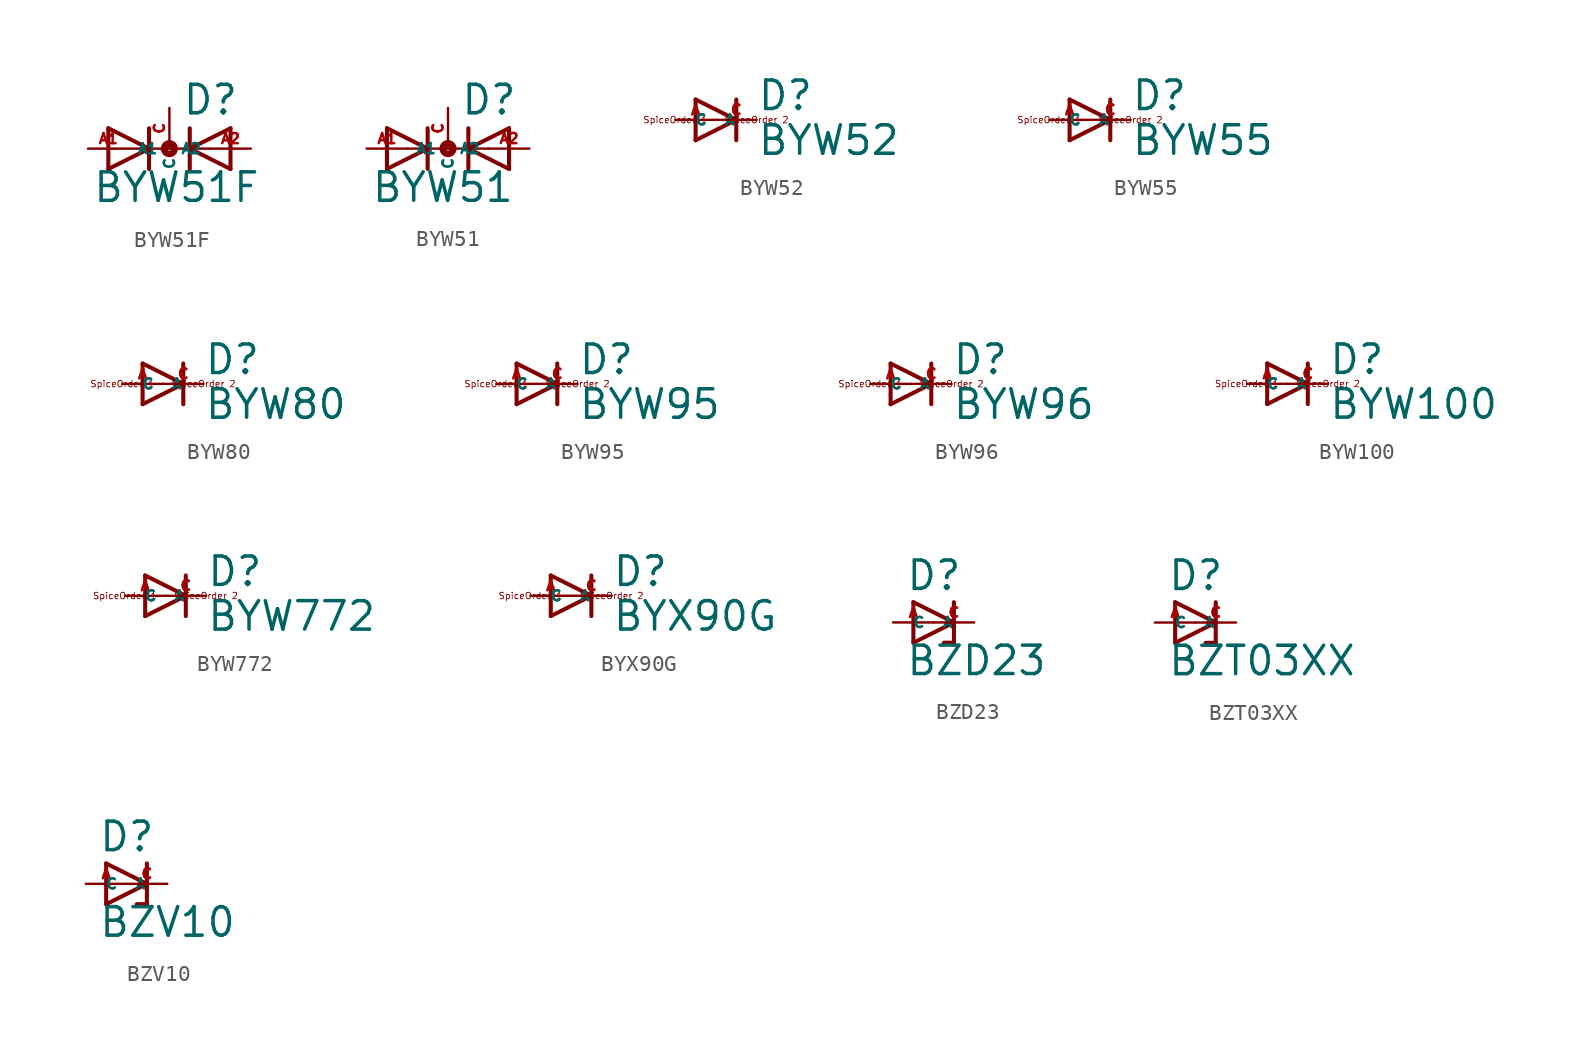
<source format=kicad_sym>
(kicad_symbol_lib
  (version 20220914)
  (generator Eagle2Kicad)
  (symbol "BYW51F"
    (property "Reference" "D"
      (at 0.762 2.007 0)
      (effects (font (size 1.778 1.778) (thickness 0.22)) (justify left bottom)))
    (property "Value" "BYW51F"
      (at -4.826 -3.454 0)
      (effects (font (size 1.778 1.778) (thickness 0.22)) (justify left bottom)))
    (polyline
      (pts (xy -3.81 -1.27) (xy -1.27 0))
      (stroke (width 0.254) (type default))
      (fill (type none)))
    (polyline
      (pts (xy -1.27 0) (xy -3.81 1.27))
      (stroke (width 0.254) (type default))
      (fill (type none)))
    (polyline
      (pts (xy -1.27 1.27) (xy -1.27 0))
      (stroke (width 0.254) (type default))
      (fill (type none)))
    (polyline
      (pts (xy -2.54 0) (xy -1.27 0))
      (stroke (width 0.152) (type default))
      (fill (type none)))
    (polyline
      (pts (xy -3.81 1.27) (xy -3.81 -1.27))
      (stroke (width 0.254) (type default))
      (fill (type none)))
    (polyline
      (pts (xy -1.27 0) (xy -1.27 -1.27))
      (stroke (width 0.254) (type default))
      (fill (type none)))
    (polyline
      (pts (xy 3.81 1.27) (xy 1.27 0))
      (stroke (width 0.254) (type default))
      (fill (type none)))
    (polyline
      (pts (xy 1.27 0) (xy 3.81 -1.27))
      (stroke (width 0.254) (type default))
      (fill (type none)))
    (polyline
      (pts (xy 1.27 -1.27) (xy 1.27 0))
      (stroke (width 0.254) (type default))
      (fill (type none)))
    (polyline
      (pts (xy -1.27 0) (xy 1.27 0))
      (stroke (width 0.152) (type default))
      (fill (type none)))
    (polyline
      (pts (xy 2.54 0) (xy 1.27 0))
      (stroke (width 0.152) (type default))
      (fill (type none)))
    (polyline
      (pts (xy 3.81 -1.27) (xy 3.81 1.27))
      (stroke (width 0.254) (type default))
      (fill (type none)))
    (polyline
      (pts (xy 1.27 0) (xy 1.27 1.27))
      (stroke (width 0.254) (type default))
      (fill (type none)))
    (circle
      (center 0 0)
      (radius 0.127)
      (stroke (width 0.406) (type default))
      (fill (type none)))
    (pin passive line
      (at -5.08 0 0)
      (length 2.54)
      (name "A1" (effects (font (size 0.635 0.635) (thickness 0.08)) (justify left bottom)))
      (number "A1" (effects (font (size 0.635 0.635) (thickness 0.08)) (justify left bottom))))
    (pin passive line
      (at 5.08 0 180)
      (length 2.54)
      (name "A2" (effects (font (size 0.635 0.635) (thickness 0.08)) (justify left bottom)))
      (number "A2" (effects (font (size 0.635 0.635) (thickness 0.08)) (justify left bottom))))
    (pin passive line
      (at 0 2.54 270)
      (length 2.54)
      (name "C" (effects (font (size 0.635 0.635) (thickness 0.08)) (justify left bottom)))
      (number "C" (effects (font (size 0.635 0.635) (thickness 0.08)) (justify left bottom)))))
  (symbol "BYW51"
    (property "Reference" "D"
      (at 0.762 2.007 0)
      (effects (font (size 1.778 1.778) (thickness 0.22)) (justify left bottom)))
    (property "Value" "BYW51"
      (at -4.826 -3.454 0)
      (effects (font (size 1.778 1.778) (thickness 0.22)) (justify left bottom)))
    (polyline
      (pts (xy -3.81 -1.27) (xy -1.27 0))
      (stroke (width 0.254) (type default))
      (fill (type none)))
    (polyline
      (pts (xy -1.27 0) (xy -3.81 1.27))
      (stroke (width 0.254) (type default))
      (fill (type none)))
    (polyline
      (pts (xy -1.27 1.27) (xy -1.27 0))
      (stroke (width 0.254) (type default))
      (fill (type none)))
    (polyline
      (pts (xy -2.54 0) (xy -1.27 0))
      (stroke (width 0.152) (type default))
      (fill (type none)))
    (polyline
      (pts (xy -3.81 1.27) (xy -3.81 -1.27))
      (stroke (width 0.254) (type default))
      (fill (type none)))
    (polyline
      (pts (xy -1.27 0) (xy -1.27 -1.27))
      (stroke (width 0.254) (type default))
      (fill (type none)))
    (polyline
      (pts (xy 3.81 1.27) (xy 1.27 0))
      (stroke (width 0.254) (type default))
      (fill (type none)))
    (polyline
      (pts (xy 1.27 0) (xy 3.81 -1.27))
      (stroke (width 0.254) (type default))
      (fill (type none)))
    (polyline
      (pts (xy 1.27 -1.27) (xy 1.27 0))
      (stroke (width 0.254) (type default))
      (fill (type none)))
    (polyline
      (pts (xy -1.27 0) (xy 1.27 0))
      (stroke (width 0.152) (type default))
      (fill (type none)))
    (polyline
      (pts (xy 2.54 0) (xy 1.27 0))
      (stroke (width 0.152) (type default))
      (fill (type none)))
    (polyline
      (pts (xy 3.81 -1.27) (xy 3.81 1.27))
      (stroke (width 0.254) (type default))
      (fill (type none)))
    (polyline
      (pts (xy 1.27 0) (xy 1.27 1.27))
      (stroke (width 0.254) (type default))
      (fill (type none)))
    (circle
      (center 0 0)
      (radius 0.127)
      (stroke (width 0.406) (type default))
      (fill (type none)))
    (pin passive line
      (at -5.08 0 0)
      (length 2.54)
      (name "A1" (effects (font (size 0.635 0.635) (thickness 0.08)) (justify left bottom)))
      (number "A1" (effects (font (size 0.635 0.635) (thickness 0.08)) (justify left bottom))))
    (pin passive line
      (at 5.08 0 180)
      (length 2.54)
      (name "A2" (effects (font (size 0.635 0.635) (thickness 0.08)) (justify left bottom)))
      (number "A2" (effects (font (size 0.635 0.635) (thickness 0.08)) (justify left bottom))))
    (pin passive line
      (at 0 2.54 270)
      (length 2.54)
      (name "C" (effects (font (size 0.635 0.635) (thickness 0.08)) (justify left bottom)))
      (number "C" (effects (font (size 0.635 0.635) (thickness 0.08)) (justify left bottom)))))
  (symbol "BYW52"
    (property "Reference" "D"
      (at 2.54 0.483 0)
      (effects (font (size 1.778 1.778) (thickness 0.22)) (justify left bottom)))
    (property "Value" "BYW52"
      (at 2.54 -2.311 0)
      (effects (font (size 1.778 1.778) (thickness 0.22)) (justify left bottom)))
    (polyline
      (pts (xy -1.27 -1.27) (xy 1.27 0))
      (stroke (width 0.254) (type default))
      (fill (type none)))
    (polyline
      (pts (xy 1.27 0) (xy -1.27 1.27))
      (stroke (width 0.254) (type default))
      (fill (type none)))
    (polyline
      (pts (xy 1.27 1.27) (xy 1.27 0))
      (stroke (width 0.254) (type default))
      (fill (type none)))
    (polyline
      (pts (xy -1.27 1.27) (xy -1.27 -1.27))
      (stroke (width 0.254) (type default))
      (fill (type none)))
    (polyline
      (pts (xy 1.27 0) (xy 1.27 -1.27))
      (stroke (width 0.254) (type default))
      (fill (type none)))
    (text "SpiceOrder 1"
      (at -2.54 0 0)
      (effects (font (size 0.406 0.406) (thickness 0.05))))
    (text "SpiceOrder 2"
      (at 2.54 0 0)
      (effects (font (size 0.406 0.406) (thickness 0.05))))
    (pin passive line
      (at -2.54 0 0)
      (length 2.54)
      (name "A" (effects (font (size 0.635 0.635) (thickness 0.08)) (justify left bottom)))
      (number "A" (effects (font (size 0.635 0.635) (thickness 0.08)) (justify left bottom))))
    (pin passive line
      (at 2.54 0 180)
      (length 2.54)
      (name "C" (effects (font (size 0.635 0.635) (thickness 0.08)) (justify left bottom)))
      (number "C" (effects (font (size 0.635 0.635) (thickness 0.08)) (justify left bottom)))))
  (symbol "BYW55"
    (property "Reference" "D"
      (at 2.54 0.483 0)
      (effects (font (size 1.778 1.778) (thickness 0.22)) (justify left bottom)))
    (property "Value" "BYW55"
      (at 2.54 -2.311 0)
      (effects (font (size 1.778 1.778) (thickness 0.22)) (justify left bottom)))
    (polyline
      (pts (xy -1.27 -1.27) (xy 1.27 0))
      (stroke (width 0.254) (type default))
      (fill (type none)))
    (polyline
      (pts (xy 1.27 0) (xy -1.27 1.27))
      (stroke (width 0.254) (type default))
      (fill (type none)))
    (polyline
      (pts (xy 1.27 1.27) (xy 1.27 0))
      (stroke (width 0.254) (type default))
      (fill (type none)))
    (polyline
      (pts (xy -1.27 1.27) (xy -1.27 -1.27))
      (stroke (width 0.254) (type default))
      (fill (type none)))
    (polyline
      (pts (xy 1.27 0) (xy 1.27 -1.27))
      (stroke (width 0.254) (type default))
      (fill (type none)))
    (text "SpiceOrder 1"
      (at -2.54 0 0)
      (effects (font (size 0.406 0.406) (thickness 0.05))))
    (text "SpiceOrder 2"
      (at 2.54 0 0)
      (effects (font (size 0.406 0.406) (thickness 0.05))))
    (pin passive line
      (at -2.54 0 0)
      (length 2.54)
      (name "A" (effects (font (size 0.635 0.635) (thickness 0.08)) (justify left bottom)))
      (number "A" (effects (font (size 0.635 0.635) (thickness 0.08)) (justify left bottom))))
    (pin passive line
      (at 2.54 0 180)
      (length 2.54)
      (name "C" (effects (font (size 0.635 0.635) (thickness 0.08)) (justify left bottom)))
      (number "C" (effects (font (size 0.635 0.635) (thickness 0.08)) (justify left bottom)))))
  (symbol "BYW80"
    (property "Reference" "D"
      (at 2.54 0.483 0)
      (effects (font (size 1.778 1.778) (thickness 0.22)) (justify left bottom)))
    (property "Value" "BYW80"
      (at 2.54 -2.311 0)
      (effects (font (size 1.778 1.778) (thickness 0.22)) (justify left bottom)))
    (polyline
      (pts (xy -1.27 -1.27) (xy 1.27 0))
      (stroke (width 0.254) (type default))
      (fill (type none)))
    (polyline
      (pts (xy 1.27 0) (xy -1.27 1.27))
      (stroke (width 0.254) (type default))
      (fill (type none)))
    (polyline
      (pts (xy 1.27 1.27) (xy 1.27 0))
      (stroke (width 0.254) (type default))
      (fill (type none)))
    (polyline
      (pts (xy -1.27 1.27) (xy -1.27 -1.27))
      (stroke (width 0.254) (type default))
      (fill (type none)))
    (polyline
      (pts (xy 1.27 0) (xy 1.27 -1.27))
      (stroke (width 0.254) (type default))
      (fill (type none)))
    (text "SpiceOrder 1"
      (at -2.54 0 0)
      (effects (font (size 0.406 0.406) (thickness 0.05))))
    (text "SpiceOrder 2"
      (at 2.54 0 0)
      (effects (font (size 0.406 0.406) (thickness 0.05))))
    (pin passive line
      (at -2.54 0 0)
      (length 2.54)
      (name "A" (effects (font (size 0.635 0.635) (thickness 0.08)) (justify left bottom)))
      (number "A" (effects (font (size 0.635 0.635) (thickness 0.08)) (justify left bottom))))
    (pin passive line
      (at 2.54 0 180)
      (length 2.54)
      (name "C" (effects (font (size 0.635 0.635) (thickness 0.08)) (justify left bottom)))
      (number "C" (effects (font (size 0.635 0.635) (thickness 0.08)) (justify left bottom)))))
  (symbol "BYW95"
    (property "Reference" "D"
      (at 2.54 0.483 0)
      (effects (font (size 1.778 1.778) (thickness 0.22)) (justify left bottom)))
    (property "Value" "BYW95"
      (at 2.54 -2.311 0)
      (effects (font (size 1.778 1.778) (thickness 0.22)) (justify left bottom)))
    (polyline
      (pts (xy -1.27 -1.27) (xy 1.27 0))
      (stroke (width 0.254) (type default))
      (fill (type none)))
    (polyline
      (pts (xy 1.27 0) (xy -1.27 1.27))
      (stroke (width 0.254) (type default))
      (fill (type none)))
    (polyline
      (pts (xy 1.27 1.27) (xy 1.27 0))
      (stroke (width 0.254) (type default))
      (fill (type none)))
    (polyline
      (pts (xy -1.27 1.27) (xy -1.27 -1.27))
      (stroke (width 0.254) (type default))
      (fill (type none)))
    (polyline
      (pts (xy 1.27 0) (xy 1.27 -1.27))
      (stroke (width 0.254) (type default))
      (fill (type none)))
    (text "SpiceOrder 1"
      (at -2.54 0 0)
      (effects (font (size 0.406 0.406) (thickness 0.05))))
    (text "SpiceOrder 2"
      (at 2.54 0 0)
      (effects (font (size 0.406 0.406) (thickness 0.05))))
    (pin passive line
      (at -2.54 0 0)
      (length 2.54)
      (name "A" (effects (font (size 0.635 0.635) (thickness 0.08)) (justify left bottom)))
      (number "A" (effects (font (size 0.635 0.635) (thickness 0.08)) (justify left bottom))))
    (pin passive line
      (at 2.54 0 180)
      (length 2.54)
      (name "C" (effects (font (size 0.635 0.635) (thickness 0.08)) (justify left bottom)))
      (number "C" (effects (font (size 0.635 0.635) (thickness 0.08)) (justify left bottom)))))
  (symbol "BYW96"
    (property "Reference" "D"
      (at 2.54 0.483 0)
      (effects (font (size 1.778 1.778) (thickness 0.22)) (justify left bottom)))
    (property "Value" "BYW96"
      (at 2.54 -2.311 0)
      (effects (font (size 1.778 1.778) (thickness 0.22)) (justify left bottom)))
    (polyline
      (pts (xy -1.27 -1.27) (xy 1.27 0))
      (stroke (width 0.254) (type default))
      (fill (type none)))
    (polyline
      (pts (xy 1.27 0) (xy -1.27 1.27))
      (stroke (width 0.254) (type default))
      (fill (type none)))
    (polyline
      (pts (xy 1.27 1.27) (xy 1.27 0))
      (stroke (width 0.254) (type default))
      (fill (type none)))
    (polyline
      (pts (xy -1.27 1.27) (xy -1.27 -1.27))
      (stroke (width 0.254) (type default))
      (fill (type none)))
    (polyline
      (pts (xy 1.27 0) (xy 1.27 -1.27))
      (stroke (width 0.254) (type default))
      (fill (type none)))
    (text "SpiceOrder 1"
      (at -2.54 0 0)
      (effects (font (size 0.406 0.406) (thickness 0.05))))
    (text "SpiceOrder 2"
      (at 2.54 0 0)
      (effects (font (size 0.406 0.406) (thickness 0.05))))
    (pin passive line
      (at -2.54 0 0)
      (length 2.54)
      (name "A" (effects (font (size 0.635 0.635) (thickness 0.08)) (justify left bottom)))
      (number "A" (effects (font (size 0.635 0.635) (thickness 0.08)) (justify left bottom))))
    (pin passive line
      (at 2.54 0 180)
      (length 2.54)
      (name "C" (effects (font (size 0.635 0.635) (thickness 0.08)) (justify left bottom)))
      (number "C" (effects (font (size 0.635 0.635) (thickness 0.08)) (justify left bottom)))))
  (symbol "BYW100"
    (property "Reference" "D"
      (at 2.54 0.483 0)
      (effects (font (size 1.778 1.778) (thickness 0.22)) (justify left bottom)))
    (property "Value" "BYW100"
      (at 2.54 -2.311 0)
      (effects (font (size 1.778 1.778) (thickness 0.22)) (justify left bottom)))
    (polyline
      (pts (xy -1.27 -1.27) (xy 1.27 0))
      (stroke (width 0.254) (type default))
      (fill (type none)))
    (polyline
      (pts (xy 1.27 0) (xy -1.27 1.27))
      (stroke (width 0.254) (type default))
      (fill (type none)))
    (polyline
      (pts (xy 1.27 1.27) (xy 1.27 0))
      (stroke (width 0.254) (type default))
      (fill (type none)))
    (polyline
      (pts (xy -1.27 1.27) (xy -1.27 -1.27))
      (stroke (width 0.254) (type default))
      (fill (type none)))
    (polyline
      (pts (xy 1.27 0) (xy 1.27 -1.27))
      (stroke (width 0.254) (type default))
      (fill (type none)))
    (text "SpiceOrder 1"
      (at -2.54 0 0)
      (effects (font (size 0.406 0.406) (thickness 0.05))))
    (text "SpiceOrder 2"
      (at 2.54 0 0)
      (effects (font (size 0.406 0.406) (thickness 0.05))))
    (pin passive line
      (at -2.54 0 0)
      (length 2.54)
      (name "A" (effects (font (size 0.635 0.635) (thickness 0.08)) (justify left bottom)))
      (number "A" (effects (font (size 0.635 0.635) (thickness 0.08)) (justify left bottom))))
    (pin passive line
      (at 2.54 0 180)
      (length 2.54)
      (name "C" (effects (font (size 0.635 0.635) (thickness 0.08)) (justify left bottom)))
      (number "C" (effects (font (size 0.635 0.635) (thickness 0.08)) (justify left bottom)))))
  (symbol "BYW772"
    (property "Reference" "D"
      (at 2.54 0.483 0)
      (effects (font (size 1.778 1.778) (thickness 0.22)) (justify left bottom)))
    (property "Value" "BYW772"
      (at 2.54 -2.311 0)
      (effects (font (size 1.778 1.778) (thickness 0.22)) (justify left bottom)))
    (polyline
      (pts (xy -1.27 -1.27) (xy 1.27 0))
      (stroke (width 0.254) (type default))
      (fill (type none)))
    (polyline
      (pts (xy 1.27 0) (xy -1.27 1.27))
      (stroke (width 0.254) (type default))
      (fill (type none)))
    (polyline
      (pts (xy 1.27 1.27) (xy 1.27 0))
      (stroke (width 0.254) (type default))
      (fill (type none)))
    (polyline
      (pts (xy -1.27 1.27) (xy -1.27 -1.27))
      (stroke (width 0.254) (type default))
      (fill (type none)))
    (polyline
      (pts (xy 1.27 0) (xy 1.27 -1.27))
      (stroke (width 0.254) (type default))
      (fill (type none)))
    (text "SpiceOrder 1"
      (at -2.54 0 0)
      (effects (font (size 0.406 0.406) (thickness 0.05))))
    (text "SpiceOrder 2"
      (at 2.54 0 0)
      (effects (font (size 0.406 0.406) (thickness 0.05))))
    (pin passive line
      (at -2.54 0 0)
      (length 2.54)
      (name "A" (effects (font (size 0.635 0.635) (thickness 0.08)) (justify left bottom)))
      (number "A" (effects (font (size 0.635 0.635) (thickness 0.08)) (justify left bottom))))
    (pin passive line
      (at 2.54 0 180)
      (length 2.54)
      (name "C" (effects (font (size 0.635 0.635) (thickness 0.08)) (justify left bottom)))
      (number "C" (effects (font (size 0.635 0.635) (thickness 0.08)) (justify left bottom)))))
  (symbol "BYX90G"
    (property "Reference" "D"
      (at 2.54 0.483 0)
      (effects (font (size 1.778 1.778) (thickness 0.22)) (justify left bottom)))
    (property "Value" "BYX90G"
      (at 2.54 -2.311 0)
      (effects (font (size 1.778 1.778) (thickness 0.22)) (justify left bottom)))
    (polyline
      (pts (xy -1.27 -1.27) (xy 1.27 0))
      (stroke (width 0.254) (type default))
      (fill (type none)))
    (polyline
      (pts (xy 1.27 0) (xy -1.27 1.27))
      (stroke (width 0.254) (type default))
      (fill (type none)))
    (polyline
      (pts (xy 1.27 1.27) (xy 1.27 0))
      (stroke (width 0.254) (type default))
      (fill (type none)))
    (polyline
      (pts (xy -1.27 1.27) (xy -1.27 -1.27))
      (stroke (width 0.254) (type default))
      (fill (type none)))
    (polyline
      (pts (xy 1.27 0) (xy 1.27 -1.27))
      (stroke (width 0.254) (type default))
      (fill (type none)))
    (text "SpiceOrder 1"
      (at -2.54 0 0)
      (effects (font (size 0.406 0.406) (thickness 0.05))))
    (text "SpiceOrder 2"
      (at 2.54 0 0)
      (effects (font (size 0.406 0.406) (thickness 0.05))))
    (pin passive line
      (at -2.54 0 0)
      (length 2.54)
      (name "A" (effects (font (size 0.635 0.635) (thickness 0.08)) (justify left bottom)))
      (number "A" (effects (font (size 0.635 0.635) (thickness 0.08)) (justify left bottom))))
    (pin passive line
      (at 2.54 0 180)
      (length 2.54)
      (name "C" (effects (font (size 0.635 0.635) (thickness 0.08)) (justify left bottom)))
      (number "C" (effects (font (size 0.635 0.635) (thickness 0.08)) (justify left bottom)))))
  (symbol "BZD23"
    (property "Reference" "D"
      (at -1.778 1.905 0)
      (effects (font (size 1.778 1.778) (thickness 0.22)) (justify left bottom)))
    (property "Value" "BZD23"
      (at -1.778 -3.429 0)
      (effects (font (size 1.778 1.778) (thickness 0.22)) (justify left bottom)))
    (polyline
      (pts (xy -1.27 -1.27) (xy 1.27 0))
      (stroke (width 0.254) (type default))
      (fill (type none)))
    (polyline
      (pts (xy 1.27 0) (xy -1.27 1.27))
      (stroke (width 0.254) (type default))
      (fill (type none)))
    (polyline
      (pts (xy 1.27 1.27) (xy 1.27 0))
      (stroke (width 0.254) (type default))
      (fill (type none)))
    (polyline
      (pts (xy -1.27 1.27) (xy -1.27 -1.27))
      (stroke (width 0.254) (type default))
      (fill (type none)))
    (polyline
      (pts (xy 1.27 0) (xy 1.27 -1.27))
      (stroke (width 0.254) (type default))
      (fill (type none)))
    (polyline
      (pts (xy 1.27 -1.27) (xy 0.635 -1.27))
      (stroke (width 0.254) (type default))
      (fill (type none)))
    (pin passive line
      (at -2.54 0 0)
      (length 2.54)
      (name "A" (effects (font (size 0.635 0.635) (thickness 0.08)) (justify left bottom)))
      (number "A" (effects (font (size 0.635 0.635) (thickness 0.08)) (justify left bottom))))
    (pin passive line
      (at 2.54 0 180)
      (length 2.54)
      (name "C" (effects (font (size 0.635 0.635) (thickness 0.08)) (justify left bottom)))
      (number "C" (effects (font (size 0.635 0.635) (thickness 0.08)) (justify left bottom)))))
  (symbol "BZT03XX"
    (property "Reference" "D"
      (at -1.778 1.905 0)
      (effects (font (size 1.778 1.778) (thickness 0.22)) (justify left bottom)))
    (property "Value" "BZT03XX"
      (at -1.778 -3.429 0)
      (effects (font (size 1.778 1.778) (thickness 0.22)) (justify left bottom)))
    (polyline
      (pts (xy -1.27 -1.27) (xy 1.27 0))
      (stroke (width 0.254) (type default))
      (fill (type none)))
    (polyline
      (pts (xy 1.27 0) (xy -1.27 1.27))
      (stroke (width 0.254) (type default))
      (fill (type none)))
    (polyline
      (pts (xy 1.27 1.27) (xy 1.27 0))
      (stroke (width 0.254) (type default))
      (fill (type none)))
    (polyline
      (pts (xy -1.27 1.27) (xy -1.27 -1.27))
      (stroke (width 0.254) (type default))
      (fill (type none)))
    (polyline
      (pts (xy 1.27 0) (xy 1.27 -1.27))
      (stroke (width 0.254) (type default))
      (fill (type none)))
    (polyline
      (pts (xy 1.27 -1.27) (xy 0.635 -1.27))
      (stroke (width 0.254) (type default))
      (fill (type none)))
    (pin passive line
      (at -2.54 0 0)
      (length 2.54)
      (name "A" (effects (font (size 0.635 0.635) (thickness 0.08)) (justify left bottom)))
      (number "A" (effects (font (size 0.635 0.635) (thickness 0.08)) (justify left bottom))))
    (pin passive line
      (at 2.54 0 180)
      (length 2.54)
      (name "C" (effects (font (size 0.635 0.635) (thickness 0.08)) (justify left bottom)))
      (number "C" (effects (font (size 0.635 0.635) (thickness 0.08)) (justify left bottom)))))
  (symbol "BZV10"
    (property "Reference" "D"
      (at -1.778 1.905 0)
      (effects (font (size 1.778 1.778) (thickness 0.22)) (justify left bottom)))
    (property "Value" "BZV10"
      (at -1.778 -3.429 0)
      (effects (font (size 1.778 1.778) (thickness 0.22)) (justify left bottom)))
    (polyline
      (pts (xy -1.27 -1.27) (xy 1.27 0))
      (stroke (width 0.254) (type default))
      (fill (type none)))
    (polyline
      (pts (xy 1.27 0) (xy -1.27 1.27))
      (stroke (width 0.254) (type default))
      (fill (type none)))
    (polyline
      (pts (xy 1.27 1.27) (xy 1.27 0))
      (stroke (width 0.254) (type default))
      (fill (type none)))
    (polyline
      (pts (xy -1.27 1.27) (xy -1.27 -1.27))
      (stroke (width 0.254) (type default))
      (fill (type none)))
    (polyline
      (pts (xy 1.27 0) (xy 1.27 -1.27))
      (stroke (width 0.254) (type default))
      (fill (type none)))
    (polyline
      (pts (xy 1.27 -1.27) (xy 0.635 -1.27))
      (stroke (width 0.254) (type default))
      (fill (type none)))
    (pin passive line
      (at -2.54 0 0)
      (length 2.54)
      (name "A" (effects (font (size 0.635 0.635) (thickness 0.08)) (justify left bottom)))
      (number "A" (effects (font (size 0.635 0.635) (thickness 0.08)) (justify left bottom))))
    (pin passive line
      (at 2.54 0 180)
      (length 2.54)
      (name "C" (effects (font (size 0.635 0.635) (thickness 0.08)) (justify left bottom)))
      (number "C" (effects (font (size 0.635 0.635) (thickness 0.08)) (justify left bottom))))))
</source>
